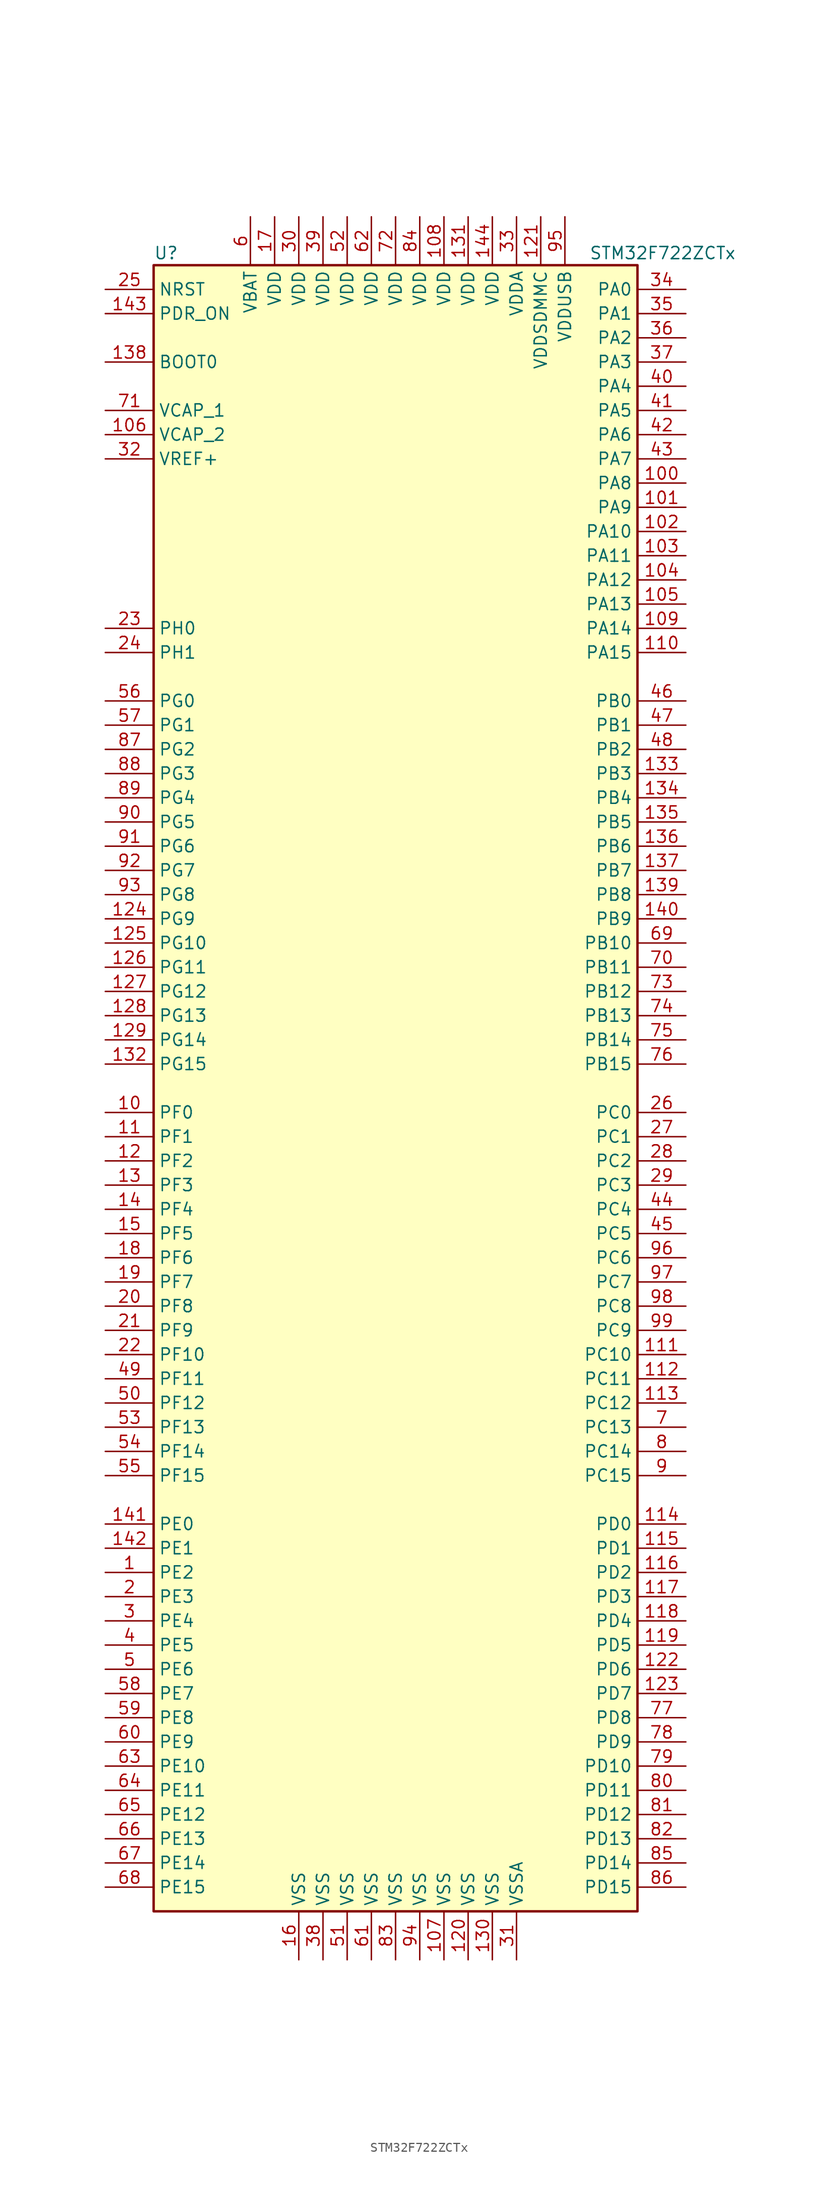
<source format=kicad_sym>
(kicad_symbol_lib
  (version 20201005)
  (generator kicad_symbol_editor)
  (symbol "MCU_ST_STM32F7:STM32F722ZCTx"
    (property "Reference" "U"
      (at -25.4 87.63 0)
      (effects (font (size 1.27 1.27)) (justify left)))
    (property "Value" "STM32F722ZCTx"
      (at 20.32 87.63 0)
      (effects (font (size 1.27 1.27)) (justify left)))
    (symbol "STM32F722ZCTx_0_1"
      (rectangle (start -25.4 -86.36) (end 25.4 86.36) (stroke (width 0.254)) (fill (type background))))
    (symbol "STM32F722ZCTx_1_1"
      (pin input line (at -30.48 76.2 0) (length 5.08) (name "BOOT0" (effects (font (size 1.27 1.27)))) (number "138" (effects (font (size 1.27 1.27)))))
      (pin input line (at -30.48 83.82 0) (length 5.08) (name "NRST" (effects (font (size 1.27 1.27)))) (number "25" (effects (font (size 1.27 1.27)))))
      (pin bidirectional line (at 30.48 83.82 180) (length 5.08) (name "PA0" (effects (font (size 1.27 1.27)))) (number "34" (effects (font (size 1.27 1.27)))))
      (pin bidirectional line (at 30.48 81.28 180) (length 5.08) (name "PA1" (effects (font (size 1.27 1.27)))) (number "35" (effects (font (size 1.27 1.27)))))
      (pin bidirectional line (at 30.48 58.42 180) (length 5.08) (name "PA10" (effects (font (size 1.27 1.27)))) (number "102" (effects (font (size 1.27 1.27)))))
      (pin bidirectional line (at 30.48 55.88 180) (length 5.08) (name "PA11" (effects (font (size 1.27 1.27)))) (number "103" (effects (font (size 1.27 1.27)))))
      (pin bidirectional line (at 30.48 53.34 180) (length 5.08) (name "PA12" (effects (font (size 1.27 1.27)))) (number "104" (effects (font (size 1.27 1.27)))))
      (pin bidirectional line (at 30.48 50.8 180) (length 5.08) (name "PA13" (effects (font (size 1.27 1.27)))) (number "105" (effects (font (size 1.27 1.27)))))
      (pin bidirectional line (at 30.48 48.26 180) (length 5.08) (name "PA14" (effects (font (size 1.27 1.27)))) (number "109" (effects (font (size 1.27 1.27)))))
      (pin bidirectional line (at 30.48 45.72 180) (length 5.08) (name "PA15" (effects (font (size 1.27 1.27)))) (number "110" (effects (font (size 1.27 1.27)))))
      (pin bidirectional line (at 30.48 78.74 180) (length 5.08) (name "PA2" (effects (font (size 1.27 1.27)))) (number "36" (effects (font (size 1.27 1.27)))))
      (pin bidirectional line (at 30.48 76.2 180) (length 5.08) (name "PA3" (effects (font (size 1.27 1.27)))) (number "37" (effects (font (size 1.27 1.27)))))
      (pin bidirectional line (at 30.48 73.66 180) (length 5.08) (name "PA4" (effects (font (size 1.27 1.27)))) (number "40" (effects (font (size 1.27 1.27)))))
      (pin bidirectional line (at 30.48 71.12 180) (length 5.08) (name "PA5" (effects (font (size 1.27 1.27)))) (number "41" (effects (font (size 1.27 1.27)))))
      (pin bidirectional line (at 30.48 68.58 180) (length 5.08) (name "PA6" (effects (font (size 1.27 1.27)))) (number "42" (effects (font (size 1.27 1.27)))))
      (pin bidirectional line (at 30.48 66.04 180) (length 5.08) (name "PA7" (effects (font (size 1.27 1.27)))) (number "43" (effects (font (size 1.27 1.27)))))
      (pin bidirectional line (at 30.48 63.5 180) (length 5.08) (name "PA8" (effects (font (size 1.27 1.27)))) (number "100" (effects (font (size 1.27 1.27)))))
      (pin bidirectional line (at 30.48 60.96 180) (length 5.08) (name "PA9" (effects (font (size 1.27 1.27)))) (number "101" (effects (font (size 1.27 1.27)))))
      (pin bidirectional line (at 30.48 40.64 180) (length 5.08) (name "PB0" (effects (font (size 1.27 1.27)))) (number "46" (effects (font (size 1.27 1.27)))))
      (pin bidirectional line (at 30.48 38.1 180) (length 5.08) (name "PB1" (effects (font (size 1.27 1.27)))) (number "47" (effects (font (size 1.27 1.27)))))
      (pin bidirectional line (at 30.48 15.24 180) (length 5.08) (name "PB10" (effects (font (size 1.27 1.27)))) (number "69" (effects (font (size 1.27 1.27)))))
      (pin bidirectional line (at 30.48 12.7 180) (length 5.08) (name "PB11" (effects (font (size 1.27 1.27)))) (number "70" (effects (font (size 1.27 1.27)))))
      (pin bidirectional line (at 30.48 10.16 180) (length 5.08) (name "PB12" (effects (font (size 1.27 1.27)))) (number "73" (effects (font (size 1.27 1.27)))))
      (pin bidirectional line (at 30.48 7.62 180) (length 5.08) (name "PB13" (effects (font (size 1.27 1.27)))) (number "74" (effects (font (size 1.27 1.27)))))
      (pin bidirectional line (at 30.48 5.08 180) (length 5.08) (name "PB14" (effects (font (size 1.27 1.27)))) (number "75" (effects (font (size 1.27 1.27)))))
      (pin bidirectional line (at 30.48 2.54 180) (length 5.08) (name "PB15" (effects (font (size 1.27 1.27)))) (number "76" (effects (font (size 1.27 1.27)))))
      (pin bidirectional line (at 30.48 35.56 180) (length 5.08) (name "PB2" (effects (font (size 1.27 1.27)))) (number "48" (effects (font (size 1.27 1.27)))))
      (pin bidirectional line (at 30.48 33.02 180) (length 5.08) (name "PB3" (effects (font (size 1.27 1.27)))) (number "133" (effects (font (size 1.27 1.27)))))
      (pin bidirectional line (at 30.48 30.48 180) (length 5.08) (name "PB4" (effects (font (size 1.27 1.27)))) (number "134" (effects (font (size 1.27 1.27)))))
      (pin bidirectional line (at 30.48 27.94 180) (length 5.08) (name "PB5" (effects (font (size 1.27 1.27)))) (number "135" (effects (font (size 1.27 1.27)))))
      (pin bidirectional line (at 30.48 25.4 180) (length 5.08) (name "PB6" (effects (font (size 1.27 1.27)))) (number "136" (effects (font (size 1.27 1.27)))))
      (pin bidirectional line (at 30.48 22.86 180) (length 5.08) (name "PB7" (effects (font (size 1.27 1.27)))) (number "137" (effects (font (size 1.27 1.27)))))
      (pin bidirectional line (at 30.48 20.32 180) (length 5.08) (name "PB8" (effects (font (size 1.27 1.27)))) (number "139" (effects (font (size 1.27 1.27)))))
      (pin bidirectional line (at 30.48 17.78 180) (length 5.08) (name "PB9" (effects (font (size 1.27 1.27)))) (number "140" (effects (font (size 1.27 1.27)))))
      (pin bidirectional line (at 30.48 -2.54 180) (length 5.08) (name "PC0" (effects (font (size 1.27 1.27)))) (number "26" (effects (font (size 1.27 1.27)))))
      (pin bidirectional line (at 30.48 -5.08 180) (length 5.08) (name "PC1" (effects (font (size 1.27 1.27)))) (number "27" (effects (font (size 1.27 1.27)))))
      (pin bidirectional line (at 30.48 -27.94 180) (length 5.08) (name "PC10" (effects (font (size 1.27 1.27)))) (number "111" (effects (font (size 1.27 1.27)))))
      (pin bidirectional line (at 30.48 -30.48 180) (length 5.08) (name "PC11" (effects (font (size 1.27 1.27)))) (number "112" (effects (font (size 1.27 1.27)))))
      (pin bidirectional line (at 30.48 -33.02 180) (length 5.08) (name "PC12" (effects (font (size 1.27 1.27)))) (number "113" (effects (font (size 1.27 1.27)))))
      (pin bidirectional line (at 30.48 -35.56 180) (length 5.08) (name "PC13" (effects (font (size 1.27 1.27)))) (number "7" (effects (font (size 1.27 1.27)))))
      (pin bidirectional line (at 30.48 -38.1 180) (length 5.08) (name "PC14" (effects (font (size 1.27 1.27)))) (number "8" (effects (font (size 1.27 1.27)))))
      (pin bidirectional line (at 30.48 -40.64 180) (length 5.08) (name "PC15" (effects (font (size 1.27 1.27)))) (number "9" (effects (font (size 1.27 1.27)))))
      (pin bidirectional line (at 30.48 -7.62 180) (length 5.08) (name "PC2" (effects (font (size 1.27 1.27)))) (number "28" (effects (font (size 1.27 1.27)))))
      (pin bidirectional line (at 30.48 -10.16 180) (length 5.08) (name "PC3" (effects (font (size 1.27 1.27)))) (number "29" (effects (font (size 1.27 1.27)))))
      (pin bidirectional line (at 30.48 -12.7 180) (length 5.08) (name "PC4" (effects (font (size 1.27 1.27)))) (number "44" (effects (font (size 1.27 1.27)))))
      (pin bidirectional line (at 30.48 -15.24 180) (length 5.08) (name "PC5" (effects (font (size 1.27 1.27)))) (number "45" (effects (font (size 1.27 1.27)))))
      (pin bidirectional line (at 30.48 -17.78 180) (length 5.08) (name "PC6" (effects (font (size 1.27 1.27)))) (number "96" (effects (font (size 1.27 1.27)))))
      (pin bidirectional line (at 30.48 -20.32 180) (length 5.08) (name "PC7" (effects (font (size 1.27 1.27)))) (number "97" (effects (font (size 1.27 1.27)))))
      (pin bidirectional line (at 30.48 -22.86 180) (length 5.08) (name "PC8" (effects (font (size 1.27 1.27)))) (number "98" (effects (font (size 1.27 1.27)))))
      (pin bidirectional line (at 30.48 -25.4 180) (length 5.08) (name "PC9" (effects (font (size 1.27 1.27)))) (number "99" (effects (font (size 1.27 1.27)))))
      (pin bidirectional line (at 30.48 -45.72 180) (length 5.08) (name "PD0" (effects (font (size 1.27 1.27)))) (number "114" (effects (font (size 1.27 1.27)))))
      (pin bidirectional line (at 30.48 -48.26 180) (length 5.08) (name "PD1" (effects (font (size 1.27 1.27)))) (number "115" (effects (font (size 1.27 1.27)))))
      (pin bidirectional line (at 30.48 -71.12 180) (length 5.08) (name "PD10" (effects (font (size 1.27 1.27)))) (number "79" (effects (font (size 1.27 1.27)))))
      (pin bidirectional line (at 30.48 -73.66 180) (length 5.08) (name "PD11" (effects (font (size 1.27 1.27)))) (number "80" (effects (font (size 1.27 1.27)))))
      (pin bidirectional line (at 30.48 -76.2 180) (length 5.08) (name "PD12" (effects (font (size 1.27 1.27)))) (number "81" (effects (font (size 1.27 1.27)))))
      (pin bidirectional line (at 30.48 -78.74 180) (length 5.08) (name "PD13" (effects (font (size 1.27 1.27)))) (number "82" (effects (font (size 1.27 1.27)))))
      (pin bidirectional line (at 30.48 -81.28 180) (length 5.08) (name "PD14" (effects (font (size 1.27 1.27)))) (number "85" (effects (font (size 1.27 1.27)))))
      (pin bidirectional line (at 30.48 -83.82 180) (length 5.08) (name "PD15" (effects (font (size 1.27 1.27)))) (number "86" (effects (font (size 1.27 1.27)))))
      (pin bidirectional line (at 30.48 -50.8 180) (length 5.08) (name "PD2" (effects (font (size 1.27 1.27)))) (number "116" (effects (font (size 1.27 1.27)))))
      (pin bidirectional line (at 30.48 -53.34 180) (length 5.08) (name "PD3" (effects (font (size 1.27 1.27)))) (number "117" (effects (font (size 1.27 1.27)))))
      (pin bidirectional line (at 30.48 -55.88 180) (length 5.08) (name "PD4" (effects (font (size 1.27 1.27)))) (number "118" (effects (font (size 1.27 1.27)))))
      (pin bidirectional line (at 30.48 -58.42 180) (length 5.08) (name "PD5" (effects (font (size 1.27 1.27)))) (number "119" (effects (font (size 1.27 1.27)))))
      (pin bidirectional line (at 30.48 -60.96 180) (length 5.08) (name "PD6" (effects (font (size 1.27 1.27)))) (number "122" (effects (font (size 1.27 1.27)))))
      (pin bidirectional line (at 30.48 -63.5 180) (length 5.08) (name "PD7" (effects (font (size 1.27 1.27)))) (number "123" (effects (font (size 1.27 1.27)))))
      (pin bidirectional line (at 30.48 -66.04 180) (length 5.08) (name "PD8" (effects (font (size 1.27 1.27)))) (number "77" (effects (font (size 1.27 1.27)))))
      (pin bidirectional line (at 30.48 -68.58 180) (length 5.08) (name "PD9" (effects (font (size 1.27 1.27)))) (number "78" (effects (font (size 1.27 1.27)))))
      (pin input line (at -30.48 81.28 0) (length 5.08) (name "PDR_ON" (effects (font (size 1.27 1.27)))) (number "143" (effects (font (size 1.27 1.27)))))
      (pin bidirectional line (at -30.48 -45.72 0) (length 5.08) (name "PE0" (effects (font (size 1.27 1.27)))) (number "141" (effects (font (size 1.27 1.27)))))
      (pin bidirectional line (at -30.48 -48.26 0) (length 5.08) (name "PE1" (effects (font (size 1.27 1.27)))) (number "142" (effects (font (size 1.27 1.27)))))
      (pin bidirectional line (at -30.48 -71.12 0) (length 5.08) (name "PE10" (effects (font (size 1.27 1.27)))) (number "63" (effects (font (size 1.27 1.27)))))
      (pin bidirectional line (at -30.48 -73.66 0) (length 5.08) (name "PE11" (effects (font (size 1.27 1.27)))) (number "64" (effects (font (size 1.27 1.27)))))
      (pin bidirectional line (at -30.48 -76.2 0) (length 5.08) (name "PE12" (effects (font (size 1.27 1.27)))) (number "65" (effects (font (size 1.27 1.27)))))
      (pin bidirectional line (at -30.48 -78.74 0) (length 5.08) (name "PE13" (effects (font (size 1.27 1.27)))) (number "66" (effects (font (size 1.27 1.27)))))
      (pin bidirectional line (at -30.48 -81.28 0) (length 5.08) (name "PE14" (effects (font (size 1.27 1.27)))) (number "67" (effects (font (size 1.27 1.27)))))
      (pin bidirectional line (at -30.48 -83.82 0) (length 5.08) (name "PE15" (effects (font (size 1.27 1.27)))) (number "68" (effects (font (size 1.27 1.27)))))
      (pin bidirectional line (at -30.48 -50.8 0) (length 5.08) (name "PE2" (effects (font (size 1.27 1.27)))) (number "1" (effects (font (size 1.27 1.27)))))
      (pin bidirectional line (at -30.48 -53.34 0) (length 5.08) (name "PE3" (effects (font (size 1.27 1.27)))) (number "2" (effects (font (size 1.27 1.27)))))
      (pin bidirectional line (at -30.48 -55.88 0) (length 5.08) (name "PE4" (effects (font (size 1.27 1.27)))) (number "3" (effects (font (size 1.27 1.27)))))
      (pin bidirectional line (at -30.48 -58.42 0) (length 5.08) (name "PE5" (effects (font (size 1.27 1.27)))) (number "4" (effects (font (size 1.27 1.27)))))
      (pin bidirectional line (at -30.48 -60.96 0) (length 5.08) (name "PE6" (effects (font (size 1.27 1.27)))) (number "5" (effects (font (size 1.27 1.27)))))
      (pin bidirectional line (at -30.48 -63.5 0) (length 5.08) (name "PE7" (effects (font (size 1.27 1.27)))) (number "58" (effects (font (size 1.27 1.27)))))
      (pin bidirectional line (at -30.48 -66.04 0) (length 5.08) (name "PE8" (effects (font (size 1.27 1.27)))) (number "59" (effects (font (size 1.27 1.27)))))
      (pin bidirectional line (at -30.48 -68.58 0) (length 5.08) (name "PE9" (effects (font (size 1.27 1.27)))) (number "60" (effects (font (size 1.27 1.27)))))
      (pin bidirectional line (at -30.48 -2.54 0) (length 5.08) (name "PF0" (effects (font (size 1.27 1.27)))) (number "10" (effects (font (size 1.27 1.27)))))
      (pin bidirectional line (at -30.48 -5.08 0) (length 5.08) (name "PF1" (effects (font (size 1.27 1.27)))) (number "11" (effects (font (size 1.27 1.27)))))
      (pin bidirectional line (at -30.48 -27.94 0) (length 5.08) (name "PF10" (effects (font (size 1.27 1.27)))) (number "22" (effects (font (size 1.27 1.27)))))
      (pin bidirectional line (at -30.48 -30.48 0) (length 5.08) (name "PF11" (effects (font (size 1.27 1.27)))) (number "49" (effects (font (size 1.27 1.27)))))
      (pin bidirectional line (at -30.48 -33.02 0) (length 5.08) (name "PF12" (effects (font (size 1.27 1.27)))) (number "50" (effects (font (size 1.27 1.27)))))
      (pin bidirectional line (at -30.48 -35.56 0) (length 5.08) (name "PF13" (effects (font (size 1.27 1.27)))) (number "53" (effects (font (size 1.27 1.27)))))
      (pin bidirectional line (at -30.48 -38.1 0) (length 5.08) (name "PF14" (effects (font (size 1.27 1.27)))) (number "54" (effects (font (size 1.27 1.27)))))
      (pin bidirectional line (at -30.48 -40.64 0) (length 5.08) (name "PF15" (effects (font (size 1.27 1.27)))) (number "55" (effects (font (size 1.27 1.27)))))
      (pin bidirectional line (at -30.48 -7.62 0) (length 5.08) (name "PF2" (effects (font (size 1.27 1.27)))) (number "12" (effects (font (size 1.27 1.27)))))
      (pin bidirectional line (at -30.48 -10.16 0) (length 5.08) (name "PF3" (effects (font (size 1.27 1.27)))) (number "13" (effects (font (size 1.27 1.27)))))
      (pin bidirectional line (at -30.48 -12.7 0) (length 5.08) (name "PF4" (effects (font (size 1.27 1.27)))) (number "14" (effects (font (size 1.27 1.27)))))
      (pin bidirectional line (at -30.48 -15.24 0) (length 5.08) (name "PF5" (effects (font (size 1.27 1.27)))) (number "15" (effects (font (size 1.27 1.27)))))
      (pin bidirectional line (at -30.48 -17.78 0) (length 5.08) (name "PF6" (effects (font (size 1.27 1.27)))) (number "18" (effects (font (size 1.27 1.27)))))
      (pin bidirectional line (at -30.48 -20.32 0) (length 5.08) (name "PF7" (effects (font (size 1.27 1.27)))) (number "19" (effects (font (size 1.27 1.27)))))
      (pin bidirectional line (at -30.48 -22.86 0) (length 5.08) (name "PF8" (effects (font (size 1.27 1.27)))) (number "20" (effects (font (size 1.27 1.27)))))
      (pin bidirectional line (at -30.48 -25.4 0) (length 5.08) (name "PF9" (effects (font (size 1.27 1.27)))) (number "21" (effects (font (size 1.27 1.27)))))
      (pin bidirectional line (at -30.48 40.64 0) (length 5.08) (name "PG0" (effects (font (size 1.27 1.27)))) (number "56" (effects (font (size 1.27 1.27)))))
      (pin bidirectional line (at -30.48 38.1 0) (length 5.08) (name "PG1" (effects (font (size 1.27 1.27)))) (number "57" (effects (font (size 1.27 1.27)))))
      (pin bidirectional line (at -30.48 15.24 0) (length 5.08) (name "PG10" (effects (font (size 1.27 1.27)))) (number "125" (effects (font (size 1.27 1.27)))))
      (pin bidirectional line (at -30.48 12.7 0) (length 5.08) (name "PG11" (effects (font (size 1.27 1.27)))) (number "126" (effects (font (size 1.27 1.27)))))
      (pin bidirectional line (at -30.48 10.16 0) (length 5.08) (name "PG12" (effects (font (size 1.27 1.27)))) (number "127" (effects (font (size 1.27 1.27)))))
      (pin bidirectional line (at -30.48 7.62 0) (length 5.08) (name "PG13" (effects (font (size 1.27 1.27)))) (number "128" (effects (font (size 1.27 1.27)))))
      (pin bidirectional line (at -30.48 5.08 0) (length 5.08) (name "PG14" (effects (font (size 1.27 1.27)))) (number "129" (effects (font (size 1.27 1.27)))))
      (pin bidirectional line (at -30.48 2.54 0) (length 5.08) (name "PG15" (effects (font (size 1.27 1.27)))) (number "132" (effects (font (size 1.27 1.27)))))
      (pin bidirectional line (at -30.48 35.56 0) (length 5.08) (name "PG2" (effects (font (size 1.27 1.27)))) (number "87" (effects (font (size 1.27 1.27)))))
      (pin bidirectional line (at -30.48 33.02 0) (length 5.08) (name "PG3" (effects (font (size 1.27 1.27)))) (number "88" (effects (font (size 1.27 1.27)))))
      (pin bidirectional line (at -30.48 30.48 0) (length 5.08) (name "PG4" (effects (font (size 1.27 1.27)))) (number "89" (effects (font (size 1.27 1.27)))))
      (pin bidirectional line (at -30.48 27.94 0) (length 5.08) (name "PG5" (effects (font (size 1.27 1.27)))) (number "90" (effects (font (size 1.27 1.27)))))
      (pin bidirectional line (at -30.48 25.4 0) (length 5.08) (name "PG6" (effects (font (size 1.27 1.27)))) (number "91" (effects (font (size 1.27 1.27)))))
      (pin bidirectional line (at -30.48 22.86 0) (length 5.08) (name "PG7" (effects (font (size 1.27 1.27)))) (number "92" (effects (font (size 1.27 1.27)))))
      (pin bidirectional line (at -30.48 20.32 0) (length 5.08) (name "PG8" (effects (font (size 1.27 1.27)))) (number "93" (effects (font (size 1.27 1.27)))))
      (pin bidirectional line (at -30.48 17.78 0) (length 5.08) (name "PG9" (effects (font (size 1.27 1.27)))) (number "124" (effects (font (size 1.27 1.27)))))
      (pin input line (at -30.48 48.26 0) (length 5.08) (name "PH0" (effects (font (size 1.27 1.27)))) (number "23" (effects (font (size 1.27 1.27)))))
      (pin input line (at -30.48 45.72 0) (length 5.08) (name "PH1" (effects (font (size 1.27 1.27)))) (number "24" (effects (font (size 1.27 1.27)))))
      (pin power_in line (at -15.24 91.44 270) (length 5.08) (name "VBAT" (effects (font (size 1.27 1.27)))) (number "6" (effects (font (size 1.27 1.27)))))
      (pin power_in line (at -30.48 71.12 0) (length 5.08) (name "VCAP_1" (effects (font (size 1.27 1.27)))) (number "71" (effects (font (size 1.27 1.27)))))
      (pin power_in line (at -30.48 68.58 0) (length 5.08) (name "VCAP_2" (effects (font (size 1.27 1.27)))) (number "106" (effects (font (size 1.27 1.27)))))
      (pin power_in line (at 5.08 91.44 270) (length 5.08) (name "VDD" (effects (font (size 1.27 1.27)))) (number "108" (effects (font (size 1.27 1.27)))))
      (pin power_in line (at 7.62 91.44 270) (length 5.08) (name "VDD" (effects (font (size 1.27 1.27)))) (number "131" (effects (font (size 1.27 1.27)))))
      (pin power_in line (at 10.16 91.44 270) (length 5.08) (name "VDD" (effects (font (size 1.27 1.27)))) (number "144" (effects (font (size 1.27 1.27)))))
      (pin power_in line (at -12.7 91.44 270) (length 5.08) (name "VDD" (effects (font (size 1.27 1.27)))) (number "17" (effects (font (size 1.27 1.27)))))
      (pin power_in line (at -10.16 91.44 270) (length 5.08) (name "VDD" (effects (font (size 1.27 1.27)))) (number "30" (effects (font (size 1.27 1.27)))))
      (pin power_in line (at -7.62 91.44 270) (length 5.08) (name "VDD" (effects (font (size 1.27 1.27)))) (number "39" (effects (font (size 1.27 1.27)))))
      (pin power_in line (at -5.08 91.44 270) (length 5.08) (name "VDD" (effects (font (size 1.27 1.27)))) (number "52" (effects (font (size 1.27 1.27)))))
      (pin power_in line (at -2.54 91.44 270) (length 5.08) (name "VDD" (effects (font (size 1.27 1.27)))) (number "62" (effects (font (size 1.27 1.27)))))
      (pin power_in line (at 0 91.44 270) (length 5.08) (name "VDD" (effects (font (size 1.27 1.27)))) (number "72" (effects (font (size 1.27 1.27)))))
      (pin power_in line (at 2.54 91.44 270) (length 5.08) (name "VDD" (effects (font (size 1.27 1.27)))) (number "84" (effects (font (size 1.27 1.27)))))
      (pin power_in line (at 12.7 91.44 270) (length 5.08) (name "VDDA" (effects (font (size 1.27 1.27)))) (number "33" (effects (font (size 1.27 1.27)))))
      (pin power_in line (at 15.24 91.44 270) (length 5.08) (name "VDDSDMMC" (effects (font (size 1.27 1.27)))) (number "121" (effects (font (size 1.27 1.27)))))
      (pin power_in line (at 17.78 91.44 270) (length 5.08) (name "VDDUSB" (effects (font (size 1.27 1.27)))) (number "95" (effects (font (size 1.27 1.27)))))
      (pin power_in line (at -30.48 66.04 0) (length 5.08) (name "VREF+" (effects (font (size 1.27 1.27)))) (number "32" (effects (font (size 1.27 1.27)))))
      (pin power_in line (at 5.08 -91.44 90) (length 5.08) (name "VSS" (effects (font (size 1.27 1.27)))) (number "107" (effects (font (size 1.27 1.27)))))
      (pin power_in line (at 7.62 -91.44 90) (length 5.08) (name "VSS" (effects (font (size 1.27 1.27)))) (number "120" (effects (font (size 1.27 1.27)))))
      (pin power_in line (at 10.16 -91.44 90) (length 5.08) (name "VSS" (effects (font (size 1.27 1.27)))) (number "130" (effects (font (size 1.27 1.27)))))
      (pin power_in line (at -10.16 -91.44 90) (length 5.08) (name "VSS" (effects (font (size 1.27 1.27)))) (number "16" (effects (font (size 1.27 1.27)))))
      (pin power_in line (at -7.62 -91.44 90) (length 5.08) (name "VSS" (effects (font (size 1.27 1.27)))) (number "38" (effects (font (size 1.27 1.27)))))
      (pin power_in line (at -5.08 -91.44 90) (length 5.08) (name "VSS" (effects (font (size 1.27 1.27)))) (number "51" (effects (font (size 1.27 1.27)))))
      (pin power_in line (at -2.54 -91.44 90) (length 5.08) (name "VSS" (effects (font (size 1.27 1.27)))) (number "61" (effects (font (size 1.27 1.27)))))
      (pin power_in line (at 0 -91.44 90) (length 5.08) (name "VSS" (effects (font (size 1.27 1.27)))) (number "83" (effects (font (size 1.27 1.27)))))
      (pin power_in line (at 2.54 -91.44 90) (length 5.08) (name "VSS" (effects (font (size 1.27 1.27)))) (number "94" (effects (font (size 1.27 1.27)))))
      (pin power_in line (at 12.7 -91.44 90) (length 5.08) (name "VSSA" (effects (font (size 1.27 1.27)))) (number "31" (effects (font (size 1.27 1.27))))))))
</source>
